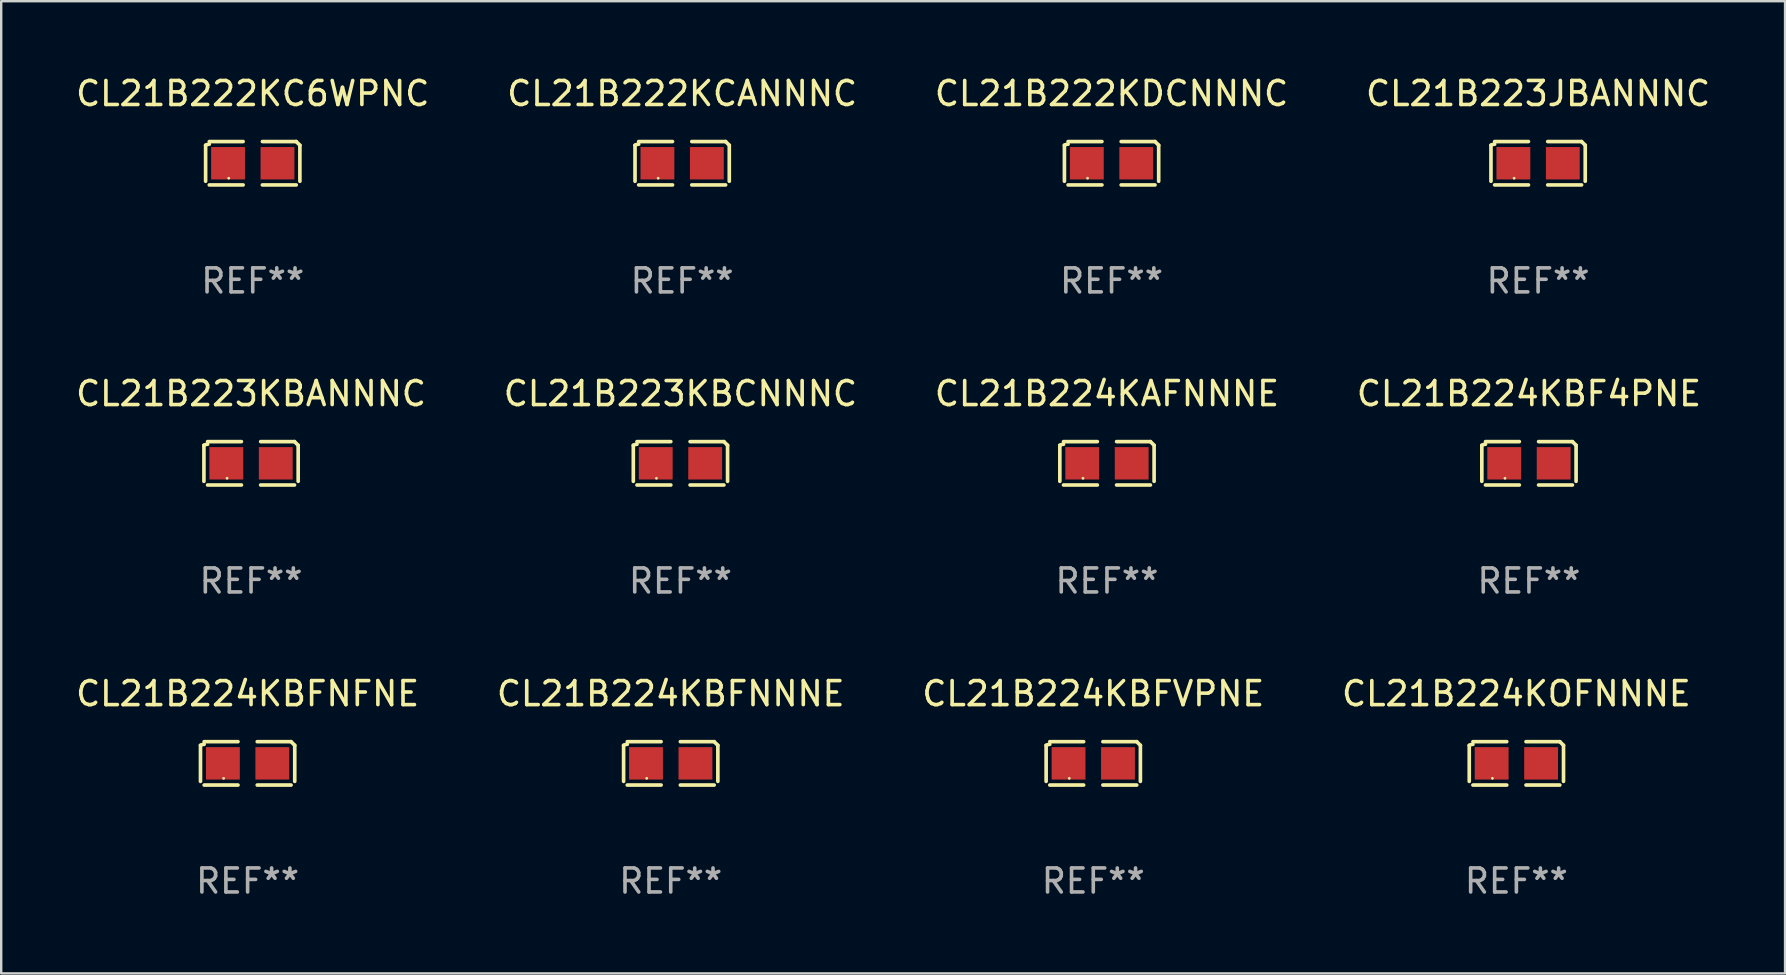
<source format=kicad_pcb>
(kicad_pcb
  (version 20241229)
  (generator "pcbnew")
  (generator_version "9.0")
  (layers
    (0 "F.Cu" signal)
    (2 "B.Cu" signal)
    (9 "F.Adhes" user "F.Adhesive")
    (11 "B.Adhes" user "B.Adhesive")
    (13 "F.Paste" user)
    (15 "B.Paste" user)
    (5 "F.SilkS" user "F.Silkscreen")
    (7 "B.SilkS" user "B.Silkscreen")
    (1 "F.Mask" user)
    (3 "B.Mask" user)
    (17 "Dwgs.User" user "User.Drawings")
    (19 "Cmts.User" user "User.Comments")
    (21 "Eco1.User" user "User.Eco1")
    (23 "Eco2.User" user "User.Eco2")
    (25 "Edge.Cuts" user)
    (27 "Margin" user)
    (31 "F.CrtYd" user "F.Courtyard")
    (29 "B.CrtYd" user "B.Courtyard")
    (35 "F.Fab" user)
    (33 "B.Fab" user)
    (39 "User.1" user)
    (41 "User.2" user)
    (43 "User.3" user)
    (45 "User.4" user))
  (footprint "CL21B224KBFVPNE"
    (layer "F.Cu")
    (at 42.506 28.759)
    (property "Reference" "CL21B224KBFVPNE" (at 0 -2.904 0) (layer "F.SilkS") (effects (font (size 1 1) (thickness 0.15))))
    (attr through_hole)
    (fp_line (start -1.964 0.751) (end -1.964 -0.751) (stroke (width 0.152) (type solid)) (layer "F.SilkS"))
    (fp_line (start -1.811 -0.904) (end -0.401 -0.904) (stroke (width 0.152) (type solid)) (layer "F.SilkS"))
    (fp_line (start -0.401 0.904) (end -1.811 0.904) (stroke (width 0.152) (type solid)) (layer "F.SilkS"))
    (fp_line (start 0.401 0.904) (end 1.811 0.904) (stroke (width 0.152) (type solid)) (layer "F.SilkS"))
    (fp_line (start 1.811 -0.904) (end 0.401 -0.904) (stroke (width 0.152) (type solid)) (layer "F.SilkS"))
    (fp_line (start 1.964 0.751) (end 1.964 -0.751) (stroke (width 0.152) (type solid)) (layer "F.SilkS"))
    (fp_arc (start -1.963602 -0.751207) (mid -1.890354 -0.783131) (end -1.811201 -0.794044) (stroke (width 0.1524) (type solid)) (layer "F.SilkS"))
    (fp_arc (start 1.811202 -0.903607) (mid 1.887413 -0.827418) (end 1.963602 -0.751207) (stroke (width 0.1524) (type solid)) (layer "F.SilkS"))
    (fp_circle (center -1 0.625) (end -0.97 0.625) (stroke (width 0.06) (type solid)) (fill no) (layer "F.SilkS"))
    (fp_text user "REF**" (at 0 4.904 0) (layer "F.Fab") (effects (font (size 1 1) (thickness 0.15))))
    (pad "1" smd rect (at -1.03 0) (size 1.41 1.35) (layers "F.Cu" "F.Mask" "F.Paste"))
    (pad "2" smd rect (at 1.03 0) (size 1.41 1.35) (layers "F.Cu" "F.Mask" "F.Paste")))
  (footprint "CL21B224KBF4PNE"
    (layer "F.Cu")
    (at 60.661 16.256)
    (property "Reference" "CL21B224KBF4PNE" (at 0 -2.904 0) (layer "F.SilkS") (effects (font (size 1 1) (thickness 0.15))))
    (attr through_hole)
    (fp_line (start -1.964 0.751) (end -1.964 -0.751) (stroke (width 0.152) (type solid)) (layer "F.SilkS"))
    (fp_line (start -1.811 -0.904) (end -0.401 -0.904) (stroke (width 0.152) (type solid)) (layer "F.SilkS"))
    (fp_line (start -0.401 0.904) (end -1.811 0.904) (stroke (width 0.152) (type solid)) (layer "F.SilkS"))
    (fp_line (start 0.401 0.904) (end 1.811 0.904) (stroke (width 0.152) (type solid)) (layer "F.SilkS"))
    (fp_line (start 1.811 -0.904) (end 0.401 -0.904) (stroke (width 0.152) (type solid)) (layer "F.SilkS"))
    (fp_line (start 1.964 0.751) (end 1.964 -0.751) (stroke (width 0.152) (type solid)) (layer "F.SilkS"))
    (fp_arc (start -1.963602 -0.751207) (mid -1.890354 -0.783131) (end -1.811201 -0.794044) (stroke (width 0.1524) (type solid)) (layer "F.SilkS"))
    (fp_arc (start 1.811202 -0.903607) (mid 1.887413 -0.827418) (end 1.963602 -0.751207) (stroke (width 0.1524) (type solid)) (layer "F.SilkS"))
    (fp_circle (center -1 0.625) (end -0.97 0.625) (stroke (width 0.06) (type solid)) (fill no) (layer "F.SilkS"))
    (fp_text user "REF**" (at 0 4.904 0) (layer "F.Fab") (effects (font (size 1 1) (thickness 0.15))))
    (pad "1" smd rect (at -1.03 0) (size 1.41 1.35) (layers "F.Cu" "F.Mask" "F.Paste"))
    (pad "2" smd rect (at 1.03 0) (size 1.41 1.35) (layers "F.Cu" "F.Mask" "F.Paste")))
  (footprint "CL21B224KOFNNNE"
    (layer "F.Cu")
    (at 60.137 28.759)
    (property "Reference" "CL21B224KOFNNNE" (at 0 -2.904 0) (layer "F.SilkS") (effects (font (size 1 1) (thickness 0.15))))
    (attr through_hole)
    (fp_line (start -1.964 0.751) (end -1.964 -0.751) (stroke (width 0.152) (type solid)) (layer "F.SilkS"))
    (fp_line (start -1.811 -0.904) (end -0.401 -0.904) (stroke (width 0.152) (type solid)) (layer "F.SilkS"))
    (fp_line (start -0.401 0.904) (end -1.811 0.904) (stroke (width 0.152) (type solid)) (layer "F.SilkS"))
    (fp_line (start 0.401 0.904) (end 1.811 0.904) (stroke (width 0.152) (type solid)) (layer "F.SilkS"))
    (fp_line (start 1.811 -0.904) (end 0.401 -0.904) (stroke (width 0.152) (type solid)) (layer "F.SilkS"))
    (fp_line (start 1.964 0.751) (end 1.964 -0.751) (stroke (width 0.152) (type solid)) (layer "F.SilkS"))
    (fp_arc (start -1.963602 -0.751207) (mid -1.890354 -0.783131) (end -1.811201 -0.794044) (stroke (width 0.1524) (type solid)) (layer "F.SilkS"))
    (fp_arc (start 1.811202 -0.903607) (mid 1.887413 -0.827418) (end 1.963602 -0.751207) (stroke (width 0.1524) (type solid)) (layer "F.SilkS"))
    (fp_circle (center -1 0.625) (end -0.97 0.625) (stroke (width 0.06) (type solid)) (fill no) (layer "F.SilkS"))
    (fp_text user "REF**" (at 0 4.904 0) (layer "F.Fab") (effects (font (size 1 1) (thickness 0.15))))
    (pad "1" smd rect (at -1.03 0) (size 1.41 1.35) (layers "F.Cu" "F.Mask" "F.Paste"))
    (pad "2" smd rect (at 1.03 0) (size 1.41 1.35) (layers "F.Cu" "F.Mask" "F.Paste")))
  (footprint "CL21B222KCANNNC"
    (layer "F.Cu")
    (at 25.375 3.752)
    (property "Reference" "CL21B222KCANNNC" (at 0 -2.904 0) (layer "F.SilkS") (effects (font (size 1 1) (thickness 0.15))))
    (attr through_hole)
    (fp_line (start -1.964 0.751) (end -1.964 -0.751) (stroke (width 0.152) (type solid)) (layer "F.SilkS"))
    (fp_line (start -1.811 -0.904) (end -0.401 -0.904) (stroke (width 0.152) (type solid)) (layer "F.SilkS"))
    (fp_line (start -0.401 0.904) (end -1.811 0.904) (stroke (width 0.152) (type solid)) (layer "F.SilkS"))
    (fp_line (start 0.401 0.904) (end 1.811 0.904) (stroke (width 0.152) (type solid)) (layer "F.SilkS"))
    (fp_line (start 1.811 -0.904) (end 0.401 -0.904) (stroke (width 0.152) (type solid)) (layer "F.SilkS"))
    (fp_line (start 1.964 0.751) (end 1.964 -0.751) (stroke (width 0.152) (type solid)) (layer "F.SilkS"))
    (fp_arc (start -1.963602 -0.751207) (mid -1.890354 -0.783131) (end -1.811201 -0.794044) (stroke (width 0.1524) (type solid)) (layer "F.SilkS"))
    (fp_arc (start 1.811202 -0.903607) (mid 1.887413 -0.827418) (end 1.963602 -0.751207) (stroke (width 0.1524) (type solid)) (layer "F.SilkS"))
    (fp_circle (center -1 0.625) (end -0.97 0.625) (stroke (width 0.06) (type solid)) (fill no) (layer "F.SilkS"))
    (fp_text user "REF**" (at 0 4.904 0) (layer "F.Fab") (effects (font (size 1 1) (thickness 0.15))))
    (pad "1" smd rect (at -1.03 0) (size 1.41 1.35) (layers "F.Cu" "F.Mask" "F.Paste"))
    (pad "2" smd rect (at 1.03 0) (size 1.41 1.35) (layers "F.Cu" "F.Mask" "F.Paste")))
  (footprint "CL21B222KC6WPNC"
    (layer "F.Cu")
    (at 7.482 3.752)
    (property "Reference" "CL21B222KC6WPNC" (at 0 -2.904 0) (layer "F.SilkS") (effects (font (size 1 1) (thickness 0.15))))
    (attr through_hole)
    (fp_line (start -1.964 0.751) (end -1.964 -0.751) (stroke (width 0.152) (type solid)) (layer "F.SilkS"))
    (fp_line (start -1.811 -0.904) (end -0.401 -0.904) (stroke (width 0.152) (type solid)) (layer "F.SilkS"))
    (fp_line (start -0.401 0.904) (end -1.811 0.904) (stroke (width 0.152) (type solid)) (layer "F.SilkS"))
    (fp_line (start 0.401 0.904) (end 1.811 0.904) (stroke (width 0.152) (type solid)) (layer "F.SilkS"))
    (fp_line (start 1.811 -0.904) (end 0.401 -0.904) (stroke (width 0.152) (type solid)) (layer "F.SilkS"))
    (fp_line (start 1.964 0.751) (end 1.964 -0.751) (stroke (width 0.152) (type solid)) (layer "F.SilkS"))
    (fp_arc (start -1.963602 -0.751207) (mid -1.890354 -0.783131) (end -1.811201 -0.794044) (stroke (width 0.1524) (type solid)) (layer "F.SilkS"))
    (fp_arc (start 1.811202 -0.903607) (mid 1.887413 -0.827418) (end 1.963602 -0.751207) (stroke (width 0.1524) (type solid)) (layer "F.SilkS"))
    (fp_circle (center -1 0.625) (end -0.97 0.625) (stroke (width 0.06) (type solid)) (fill no) (layer "F.SilkS"))
    (fp_text user "REF**" (at 0 4.904 0) (layer "F.Fab") (effects (font (size 1 1) (thickness 0.15))))
    (pad "1" smd rect (at -1.03 0) (size 1.41 1.35) (layers "F.Cu" "F.Mask" "F.Paste"))
    (pad "2" smd rect (at 1.03 0) (size 1.41 1.35) (layers "F.Cu" "F.Mask" "F.Paste")))
  (footprint "CL21B224KAFNNNE"
    (layer "F.Cu")
    (at 43.077 16.256)
    (property "Reference" "CL21B224KAFNNNE" (at 0 -2.904 0) (layer "F.SilkS") (effects (font (size 1 1) (thickness 0.15))))
    (attr through_hole)
    (fp_line (start -1.964 0.751) (end -1.964 -0.751) (stroke (width 0.152) (type solid)) (layer "F.SilkS"))
    (fp_line (start -1.811 -0.904) (end -0.401 -0.904) (stroke (width 0.152) (type solid)) (layer "F.SilkS"))
    (fp_line (start -0.401 0.904) (end -1.811 0.904) (stroke (width 0.152) (type solid)) (layer "F.SilkS"))
    (fp_line (start 0.401 0.904) (end 1.811 0.904) (stroke (width 0.152) (type solid)) (layer "F.SilkS"))
    (fp_line (start 1.811 -0.904) (end 0.401 -0.904) (stroke (width 0.152) (type solid)) (layer "F.SilkS"))
    (fp_line (start 1.964 0.751) (end 1.964 -0.751) (stroke (width 0.152) (type solid)) (layer "F.SilkS"))
    (fp_arc (start -1.963602 -0.751207) (mid -1.890354 -0.783131) (end -1.811201 -0.794044) (stroke (width 0.1524) (type solid)) (layer "F.SilkS"))
    (fp_arc (start 1.811202 -0.903607) (mid 1.887413 -0.827418) (end 1.963602 -0.751207) (stroke (width 0.1524) (type solid)) (layer "F.SilkS"))
    (fp_circle (center -1 0.625) (end -0.97 0.625) (stroke (width 0.06) (type solid)) (fill no) (layer "F.SilkS"))
    (fp_text user "REF**" (at 0 4.904 0) (layer "F.Fab") (effects (font (size 1 1) (thickness 0.15))))
    (pad "1" smd rect (at -1.03 0) (size 1.41 1.35) (layers "F.Cu" "F.Mask" "F.Paste"))
    (pad "2" smd rect (at 1.03 0) (size 1.41 1.35) (layers "F.Cu" "F.Mask" "F.Paste")))
  (footprint "CL21B223KBANNNC"
    (layer "F.Cu")
    (at 7.411 16.256)
    (property "Reference" "CL21B223KBANNNC" (at 0 -2.904 0) (layer "F.SilkS") (effects (font (size 1 1) (thickness 0.15))))
    (attr through_hole)
    (fp_line (start -1.964 0.751) (end -1.964 -0.751) (stroke (width 0.152) (type solid)) (layer "F.SilkS"))
    (fp_line (start -1.811 -0.904) (end -0.401 -0.904) (stroke (width 0.152) (type solid)) (layer "F.SilkS"))
    (fp_line (start -0.401 0.904) (end -1.811 0.904) (stroke (width 0.152) (type solid)) (layer "F.SilkS"))
    (fp_line (start 0.401 0.904) (end 1.811 0.904) (stroke (width 0.152) (type solid)) (layer "F.SilkS"))
    (fp_line (start 1.811 -0.904) (end 0.401 -0.904) (stroke (width 0.152) (type solid)) (layer "F.SilkS"))
    (fp_line (start 1.964 0.751) (end 1.964 -0.751) (stroke (width 0.152) (type solid)) (layer "F.SilkS"))
    (fp_arc (start -1.963602 -0.751207) (mid -1.890354 -0.783131) (end -1.811201 -0.794044) (stroke (width 0.1524) (type solid)) (layer "F.SilkS"))
    (fp_arc (start 1.811202 -0.903607) (mid 1.887413 -0.827418) (end 1.963602 -0.751207) (stroke (width 0.1524) (type solid)) (layer "F.SilkS"))
    (fp_circle (center -1 0.625) (end -0.97 0.625) (stroke (width 0.06) (type solid)) (fill no) (layer "F.SilkS"))
    (fp_text user "REF**" (at 0 4.904 0) (layer "F.Fab") (effects (font (size 1 1) (thickness 0.15))))
    (pad "1" smd rect (at -1.03 0) (size 1.41 1.35) (layers "F.Cu" "F.Mask" "F.Paste"))
    (pad "2" smd rect (at 1.03 0) (size 1.41 1.35) (layers "F.Cu" "F.Mask" "F.Paste")))
  (footprint "CL21B222KDCNNNC"
    (layer "F.Cu")
    (at 43.268 3.752)
    (property "Reference" "CL21B222KDCNNNC" (at 0 -2.904 0) (layer "F.SilkS") (effects (font (size 1 1) (thickness 0.15))))
    (attr through_hole)
    (fp_line (start -1.964 0.751) (end -1.964 -0.751) (stroke (width 0.152) (type solid)) (layer "F.SilkS"))
    (fp_line (start -1.811 -0.904) (end -0.401 -0.904) (stroke (width 0.152) (type solid)) (layer "F.SilkS"))
    (fp_line (start -0.401 0.904) (end -1.811 0.904) (stroke (width 0.152) (type solid)) (layer "F.SilkS"))
    (fp_line (start 0.401 0.904) (end 1.811 0.904) (stroke (width 0.152) (type solid)) (layer "F.SilkS"))
    (fp_line (start 1.811 -0.904) (end 0.401 -0.904) (stroke (width 0.152) (type solid)) (layer "F.SilkS"))
    (fp_line (start 1.964 0.751) (end 1.964 -0.751) (stroke (width 0.152) (type solid)) (layer "F.SilkS"))
    (fp_arc (start -1.963602 -0.751207) (mid -1.890354 -0.783131) (end -1.811201 -0.794044) (stroke (width 0.1524) (type solid)) (layer "F.SilkS"))
    (fp_arc (start 1.811202 -0.903607) (mid 1.887413 -0.827418) (end 1.963602 -0.751207) (stroke (width 0.1524) (type solid)) (layer "F.SilkS"))
    (fp_circle (center -1 0.625) (end -0.97 0.625) (stroke (width 0.06) (type solid)) (fill no) (layer "F.SilkS"))
    (fp_text user "REF**" (at 0 4.904 0) (layer "F.Fab") (effects (font (size 1 1) (thickness 0.15))))
    (pad "1" smd rect (at -1.03 0) (size 1.41 1.35) (layers "F.Cu" "F.Mask" "F.Paste"))
    (pad "2" smd rect (at 1.03 0) (size 1.41 1.35) (layers "F.Cu" "F.Mask" "F.Paste")))
  (footprint "CL21B224KBFNNNE"
    (layer "F.Cu")
    (at 24.899 28.759)
    (property "Reference" "CL21B224KBFNNNE" (at 0 -2.904 0) (layer "F.SilkS") (effects (font (size 1 1) (thickness 0.15))))
    (attr through_hole)
    (fp_line (start -1.964 0.751) (end -1.964 -0.751) (stroke (width 0.152) (type solid)) (layer "F.SilkS"))
    (fp_line (start -1.811 -0.904) (end -0.401 -0.904) (stroke (width 0.152) (type solid)) (layer "F.SilkS"))
    (fp_line (start -0.401 0.904) (end -1.811 0.904) (stroke (width 0.152) (type solid)) (layer "F.SilkS"))
    (fp_line (start 0.401 0.904) (end 1.811 0.904) (stroke (width 0.152) (type solid)) (layer "F.SilkS"))
    (fp_line (start 1.811 -0.904) (end 0.401 -0.904) (stroke (width 0.152) (type solid)) (layer "F.SilkS"))
    (fp_line (start 1.964 0.751) (end 1.964 -0.751) (stroke (width 0.152) (type solid)) (layer "F.SilkS"))
    (fp_arc (start -1.963602 -0.751207) (mid -1.890354 -0.783131) (end -1.811201 -0.794044) (stroke (width 0.1524) (type solid)) (layer "F.SilkS"))
    (fp_arc (start 1.811202 -0.903607) (mid 1.887413 -0.827418) (end 1.963602 -0.751207) (stroke (width 0.1524) (type solid)) (layer "F.SilkS"))
    (fp_circle (center -1 0.625) (end -0.97 0.625) (stroke (width 0.06) (type solid)) (fill no) (layer "F.SilkS"))
    (fp_text user "REF**" (at 0 4.904 0) (layer "F.Fab") (effects (font (size 1 1) (thickness 0.15))))
    (pad "1" smd rect (at -1.03 0) (size 1.41 1.35) (layers "F.Cu" "F.Mask" "F.Paste"))
    (pad "2" smd rect (at 1.03 0) (size 1.41 1.35) (layers "F.Cu" "F.Mask" "F.Paste")))
  (footprint "CL21B223JBANNNC"
    (layer "F.Cu")
    (at 61.042 3.752)
    (property "Reference" "CL21B223JBANNNC" (at 0 -2.904 0) (layer "F.SilkS") (effects (font (size 1 1) (thickness 0.15))))
    (attr through_hole)
    (fp_line (start -1.964 0.751) (end -1.964 -0.751) (stroke (width 0.152) (type solid)) (layer "F.SilkS"))
    (fp_line (start -1.811 -0.904) (end -0.401 -0.904) (stroke (width 0.152) (type solid)) (layer "F.SilkS"))
    (fp_line (start -0.401 0.904) (end -1.811 0.904) (stroke (width 0.152) (type solid)) (layer "F.SilkS"))
    (fp_line (start 0.401 0.904) (end 1.811 0.904) (stroke (width 0.152) (type solid)) (layer "F.SilkS"))
    (fp_line (start 1.811 -0.904) (end 0.401 -0.904) (stroke (width 0.152) (type solid)) (layer "F.SilkS"))
    (fp_line (start 1.964 0.751) (end 1.964 -0.751) (stroke (width 0.152) (type solid)) (layer "F.SilkS"))
    (fp_arc (start -1.963602 -0.751207) (mid -1.890354 -0.783131) (end -1.811201 -0.794044) (stroke (width 0.1524) (type solid)) (layer "F.SilkS"))
    (fp_arc (start 1.811202 -0.903607) (mid 1.887413 -0.827418) (end 1.963602 -0.751207) (stroke (width 0.1524) (type solid)) (layer "F.SilkS"))
    (fp_circle (center -1 0.625) (end -0.97 0.625) (stroke (width 0.06) (type solid)) (fill no) (layer "F.SilkS"))
    (fp_text user "REF**" (at 0 4.904 0) (layer "F.Fab") (effects (font (size 1 1) (thickness 0.15))))
    (pad "1" smd rect (at -1.03 0) (size 1.41 1.35) (layers "F.Cu" "F.Mask" "F.Paste"))
    (pad "2" smd rect (at 1.03 0) (size 1.41 1.35) (layers "F.Cu" "F.Mask" "F.Paste")))
  (footprint "CL21B223KBCNNNC"
    (layer "F.Cu")
    (at 25.304 16.256)
    (property "Reference" "CL21B223KBCNNNC" (at 0 -2.904 0) (layer "F.SilkS") (effects (font (size 1 1) (thickness 0.15))))
    (attr through_hole)
    (fp_line (start -1.964 0.751) (end -1.964 -0.751) (stroke (width 0.152) (type solid)) (layer "F.SilkS"))
    (fp_line (start -1.811 -0.904) (end -0.401 -0.904) (stroke (width 0.152) (type solid)) (layer "F.SilkS"))
    (fp_line (start -0.401 0.904) (end -1.811 0.904) (stroke (width 0.152) (type solid)) (layer "F.SilkS"))
    (fp_line (start 0.401 0.904) (end 1.811 0.904) (stroke (width 0.152) (type solid)) (layer "F.SilkS"))
    (fp_line (start 1.811 -0.904) (end 0.401 -0.904) (stroke (width 0.152) (type solid)) (layer "F.SilkS"))
    (fp_line (start 1.964 0.751) (end 1.964 -0.751) (stroke (width 0.152) (type solid)) (layer "F.SilkS"))
    (fp_arc (start -1.963602 -0.751207) (mid -1.890354 -0.783131) (end -1.811201 -0.794044) (stroke (width 0.1524) (type solid)) (layer "F.SilkS"))
    (fp_arc (start 1.811202 -0.903607) (mid 1.887413 -0.827418) (end 1.963602 -0.751207) (stroke (width 0.1524) (type solid)) (layer "F.SilkS"))
    (fp_circle (center -1 0.625) (end -0.97 0.625) (stroke (width 0.06) (type solid)) (fill no) (layer "F.SilkS"))
    (fp_text user "REF**" (at 0 4.904 0) (layer "F.Fab") (effects (font (size 1 1) (thickness 0.15))))
    (pad "1" smd rect (at -1.03 0) (size 1.41 1.35) (layers "F.Cu" "F.Mask" "F.Paste"))
    (pad "2" smd rect (at 1.03 0) (size 1.41 1.35) (layers "F.Cu" "F.Mask" "F.Paste")))
  (footprint "CL21B224KBFNFNE"
    (layer "F.Cu")
    (at 7.268 28.759)
    (property "Reference" "CL21B224KBFNFNE" (at 0 -2.904 0) (layer "F.SilkS") (effects (font (size 1 1) (thickness 0.15))))
    (attr through_hole)
    (fp_line (start -1.964 0.751) (end -1.964 -0.751) (stroke (width 0.152) (type solid)) (layer "F.SilkS"))
    (fp_line (start -1.811 -0.904) (end -0.401 -0.904) (stroke (width 0.152) (type solid)) (layer "F.SilkS"))
    (fp_line (start -0.401 0.904) (end -1.811 0.904) (stroke (width 0.152) (type solid)) (layer "F.SilkS"))
    (fp_line (start 0.401 0.904) (end 1.811 0.904) (stroke (width 0.152) (type solid)) (layer "F.SilkS"))
    (fp_line (start 1.811 -0.904) (end 0.401 -0.904) (stroke (width 0.152) (type solid)) (layer "F.SilkS"))
    (fp_line (start 1.964 0.751) (end 1.964 -0.751) (stroke (width 0.152) (type solid)) (layer "F.SilkS"))
    (fp_arc (start -1.963602 -0.751207) (mid -1.890354 -0.783131) (end -1.811201 -0.794044) (stroke (width 0.1524) (type solid)) (layer "F.SilkS"))
    (fp_arc (start 1.811202 -0.903607) (mid 1.887413 -0.827418) (end 1.963602 -0.751207) (stroke (width 0.1524) (type solid)) (layer "F.SilkS"))
    (fp_circle (center -1 0.625) (end -0.97 0.625) (stroke (width 0.06) (type solid)) (fill no) (layer "F.SilkS"))
    (fp_text user "REF**" (at 0 4.904 0) (layer "F.Fab") (effects (font (size 1 1) (thickness 0.15))))
    (pad "1" smd rect (at -1.03 0) (size 1.41 1.35) (layers "F.Cu" "F.Mask" "F.Paste"))
    (pad "2" smd rect (at 1.03 0) (size 1.41 1.35) (layers "F.Cu" "F.Mask" "F.Paste")))
  (gr_rect
    (start -3 -3)
    (end 71.333 37.511)
    (stroke (width 0.1) (type default))
    (fill no)
    (layer "Edge.Cuts")))
</source>
